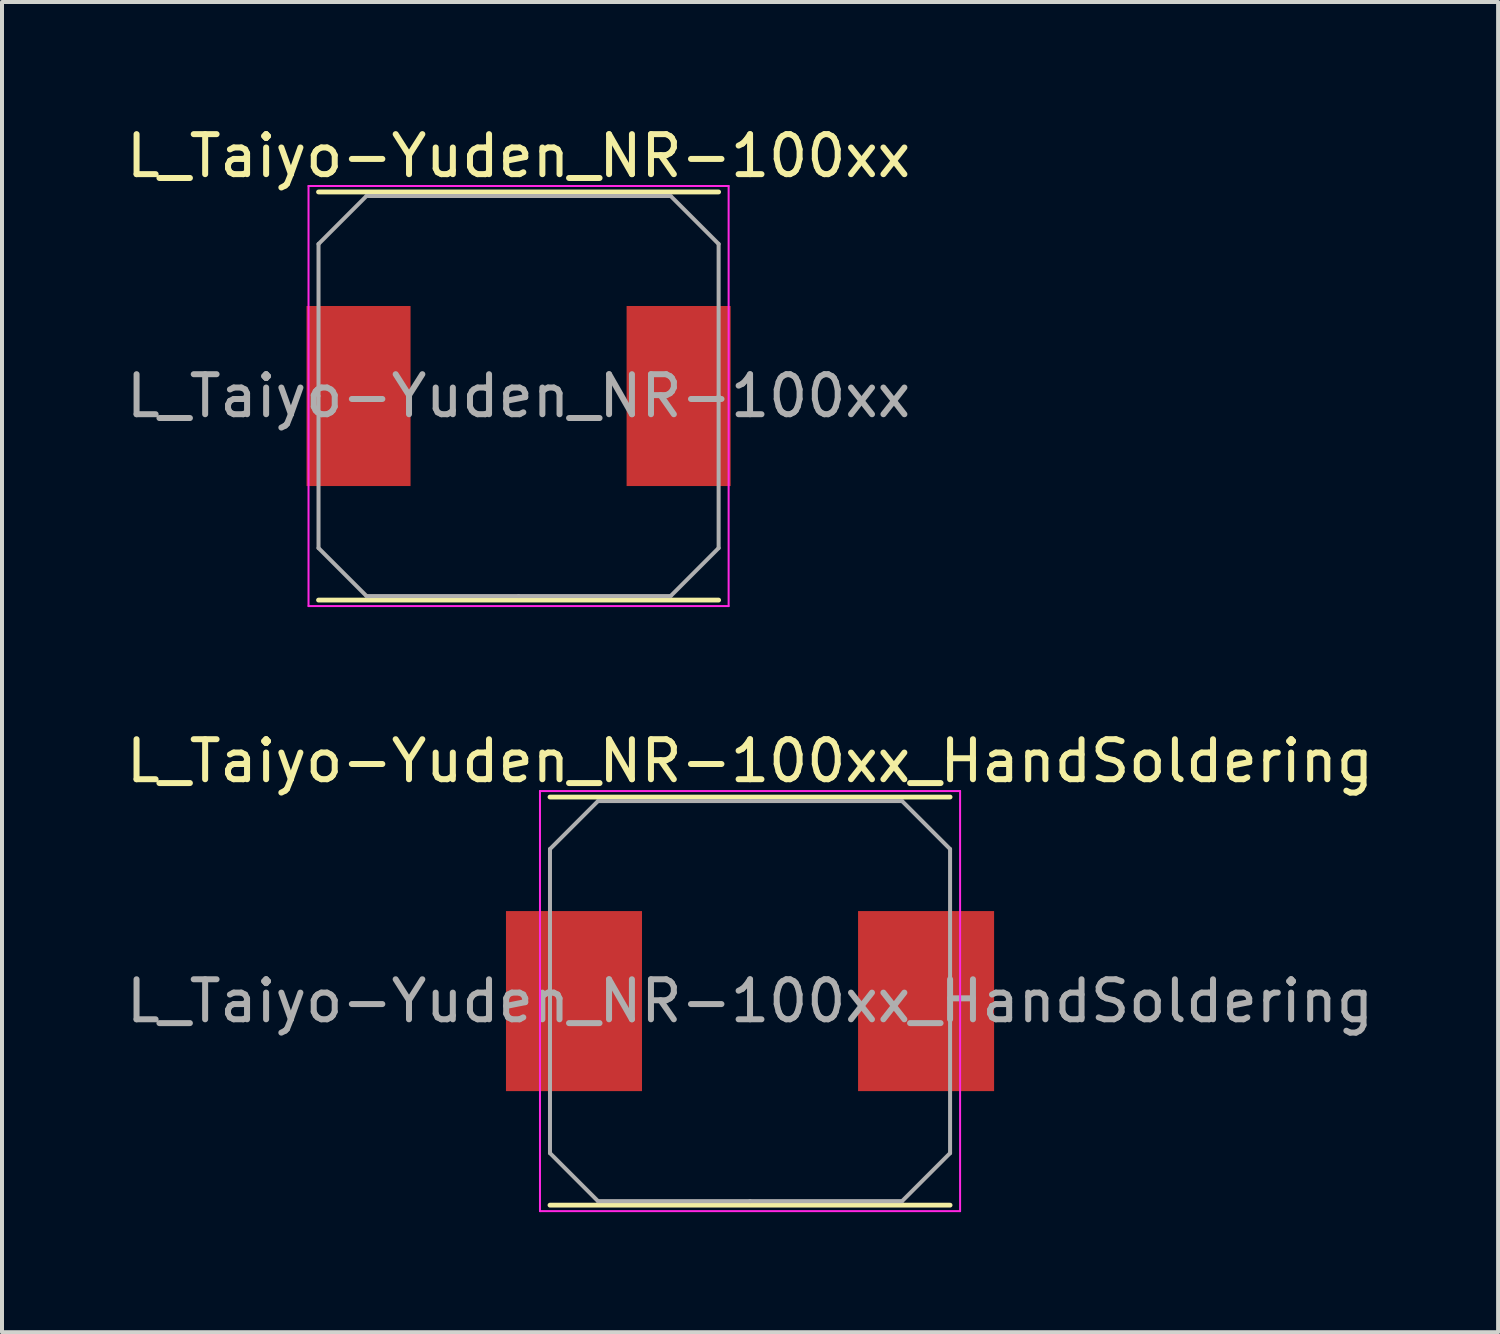
<source format=kicad_pcb>
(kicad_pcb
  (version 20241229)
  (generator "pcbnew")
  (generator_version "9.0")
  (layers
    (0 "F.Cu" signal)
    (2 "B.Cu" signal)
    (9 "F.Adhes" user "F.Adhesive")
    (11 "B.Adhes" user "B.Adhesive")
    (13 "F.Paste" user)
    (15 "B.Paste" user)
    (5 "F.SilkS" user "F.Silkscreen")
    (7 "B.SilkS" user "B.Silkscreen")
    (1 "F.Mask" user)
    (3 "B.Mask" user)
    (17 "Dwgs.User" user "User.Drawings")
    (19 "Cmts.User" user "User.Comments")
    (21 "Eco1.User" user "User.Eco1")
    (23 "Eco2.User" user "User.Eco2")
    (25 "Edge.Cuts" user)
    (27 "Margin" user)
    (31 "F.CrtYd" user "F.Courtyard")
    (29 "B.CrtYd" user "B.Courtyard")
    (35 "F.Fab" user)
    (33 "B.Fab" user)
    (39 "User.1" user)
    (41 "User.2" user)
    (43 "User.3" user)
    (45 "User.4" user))
  (footprint "L_Taiyo-Yuden_NR-100xx_HandSoldering"
    (layer "F.Cu")
    (at 15.696 21.971)
    (property "Reference" "L_Taiyo-Yuden_NR-100xx_HandSoldering" (at 0 -6 0) (layer "F.SilkS") (effects (font (size 1 1) (thickness 0.15))))
    (attr smd)
    (fp_line (start -5 -5.1) (end 5 -5.1) (stroke (width 0.12) (type solid)) (layer "F.SilkS"))
    (fp_line (start -5 5.1) (end 5 5.1) (stroke (width 0.12) (type solid)) (layer "F.SilkS"))
    (fp_line (start -5.25 -5.25) (end -5.25 5.25) (stroke (width 0.05) (type solid)) (layer "F.CrtYd"))
    (fp_line (start -5.25 5.25) (end 5.25 5.25) (stroke (width 0.05) (type solid)) (layer "F.CrtYd"))
    (fp_line (start 5.25 -5.25) (end -5.25 -5.25) (stroke (width 0.05) (type solid)) (layer "F.CrtYd"))
    (fp_line (start 5.25 5.25) (end 5.25 -5.25) (stroke (width 0.05) (type solid)) (layer "F.CrtYd"))
    (fp_line (start -5 -3.8) (end -3.8 -5) (stroke (width 0.1) (type solid)) (layer "F.Fab"))
    (fp_line (start -5 0) (end -5 -3.8) (stroke (width 0.1) (type solid)) (layer "F.Fab"))
    (fp_line (start -5 0) (end -5 3.8) (stroke (width 0.1) (type solid)) (layer "F.Fab"))
    (fp_line (start -5 3.8) (end -3.8 5) (stroke (width 0.1) (type solid)) (layer "F.Fab"))
    (fp_line (start -3.8 -5) (end 0 -5) (stroke (width 0.1) (type solid)) (layer "F.Fab"))
    (fp_line (start -3.8 5) (end 0 5) (stroke (width 0.1) (type solid)) (layer "F.Fab"))
    (fp_line (start 3.8 -5) (end 0 -5) (stroke (width 0.1) (type solid)) (layer "F.Fab"))
    (fp_line (start 3.8 5) (end 0 5) (stroke (width 0.1) (type solid)) (layer "F.Fab"))
    (fp_line (start 5 -3.8) (end 3.8 -5) (stroke (width 0.1) (type solid)) (layer "F.Fab"))
    (fp_line (start 5 0) (end 5 -3.8) (stroke (width 0.1) (type solid)) (layer "F.Fab"))
    (fp_line (start 5 0) (end 5 3.8) (stroke (width 0.1) (type solid)) (layer "F.Fab"))
    (fp_line (start 5 3.8) (end 3.8 5) (stroke (width 0.1) (type solid)) (layer "F.Fab"))
    (fp_text user "${REFERENCE}" (at 0 0 0) (layer "F.Fab") (effects (font (size 1 1) (thickness 0.15))))
    (pad "1" smd rect (at -4.4 0) (size 3.4 4.5) (layers "F.Cu" "F.Mask" "F.Paste"))
    (pad "2" smd rect (at 4.4 0) (size 3.4 4.5) (layers "F.Cu" "F.Mask" "F.Paste")))
  (footprint "L_Taiyo-Yuden_NR-100xx"
    (layer "F.Cu")
    (at 9.911 6.848)
    (property "Reference" "L_Taiyo-Yuden_NR-100xx" (at 0 -6 0) (layer "F.SilkS") (effects (font (size 1 1) (thickness 0.15))))
    (attr smd)
    (fp_line (start -5 -5.1) (end 5 -5.1) (stroke (width 0.12) (type solid)) (layer "F.SilkS"))
    (fp_line (start -5 5.1) (end 5 5.1) (stroke (width 0.12) (type solid)) (layer "F.SilkS"))
    (fp_line (start -5.25 -5.25) (end -5.25 5.25) (stroke (width 0.05) (type solid)) (layer "F.CrtYd"))
    (fp_line (start -5.25 5.25) (end 5.25 5.25) (stroke (width 0.05) (type solid)) (layer "F.CrtYd"))
    (fp_line (start 5.25 -5.25) (end -5.25 -5.25) (stroke (width 0.05) (type solid)) (layer "F.CrtYd"))
    (fp_line (start 5.25 5.25) (end 5.25 -5.25) (stroke (width 0.05) (type solid)) (layer "F.CrtYd"))
    (fp_line (start -5 -3.8) (end -3.8 -5) (stroke (width 0.1) (type solid)) (layer "F.Fab"))
    (fp_line (start -5 0) (end -5 -3.8) (stroke (width 0.1) (type solid)) (layer "F.Fab"))
    (fp_line (start -5 0) (end -5 3.8) (stroke (width 0.1) (type solid)) (layer "F.Fab"))
    (fp_line (start -5 3.8) (end -3.8 5) (stroke (width 0.1) (type solid)) (layer "F.Fab"))
    (fp_line (start -3.8 -5) (end 0 -5) (stroke (width 0.1) (type solid)) (layer "F.Fab"))
    (fp_line (start -3.8 5) (end 0 5) (stroke (width 0.1) (type solid)) (layer "F.Fab"))
    (fp_line (start 3.8 -5) (end 0 -5) (stroke (width 0.1) (type solid)) (layer "F.Fab"))
    (fp_line (start 3.8 5) (end 0 5) (stroke (width 0.1) (type solid)) (layer "F.Fab"))
    (fp_line (start 5 -3.8) (end 3.8 -5) (stroke (width 0.1) (type solid)) (layer "F.Fab"))
    (fp_line (start 5 0) (end 5 -3.8) (stroke (width 0.1) (type solid)) (layer "F.Fab"))
    (fp_line (start 5 0) (end 5 3.8) (stroke (width 0.1) (type solid)) (layer "F.Fab"))
    (fp_line (start 5 3.8) (end 3.8 5) (stroke (width 0.1) (type solid)) (layer "F.Fab"))
    (fp_text user "${REFERENCE}" (at 0 0 0) (layer "F.Fab") (effects (font (size 1 1) (thickness 0.15))))
    (pad "1" smd rect (at -4 0) (size 2.6 4.5) (layers "F.Cu" "F.Mask" "F.Paste"))
    (pad "2" smd rect (at 4 0) (size 2.6 4.5) (layers "F.Cu" "F.Mask" "F.Paste")))
  (gr_rect
    (start -3 -3)
    (end 34.393 30.247)
    (stroke (width 0.1) (type default))
    (fill no)
    (layer "Edge.Cuts")))
</source>
